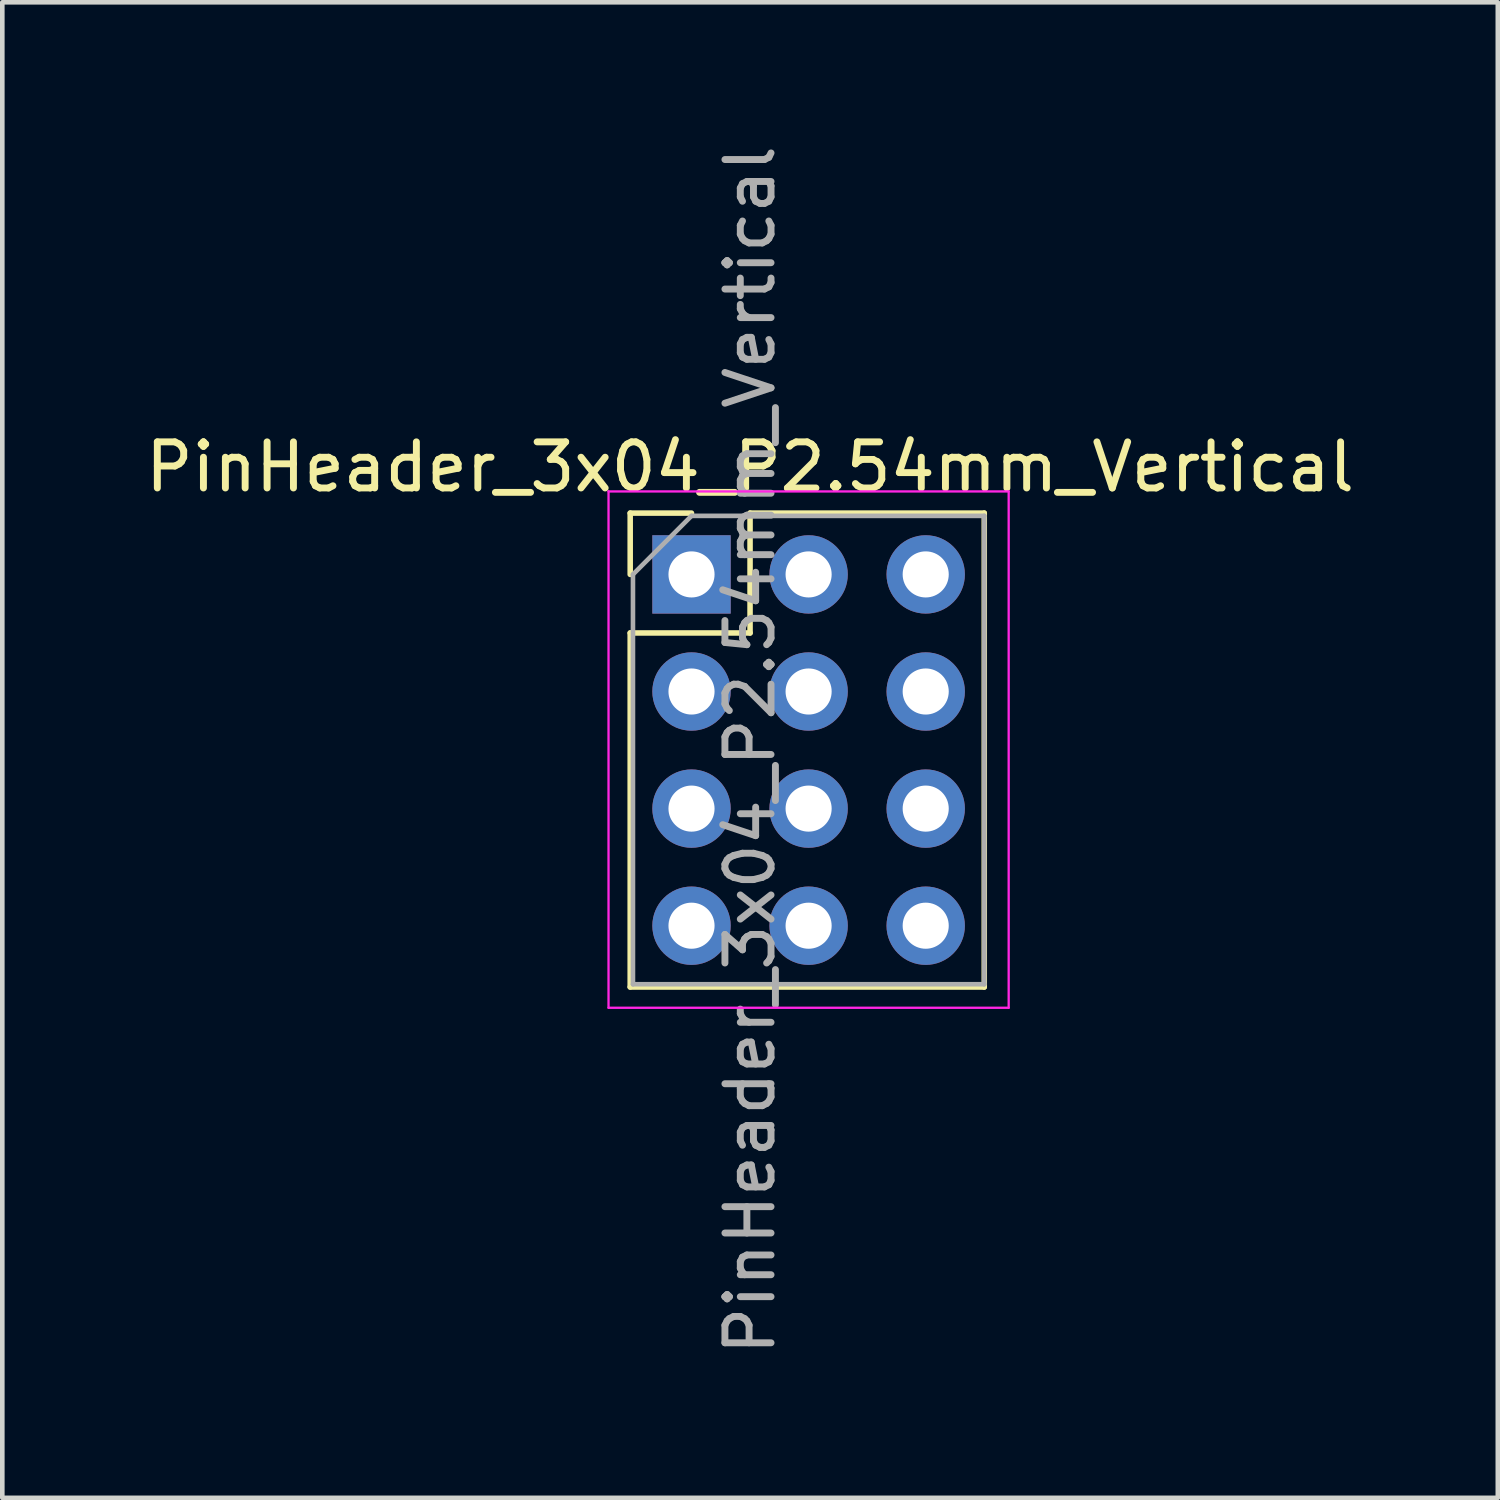
<source format=kicad_pcb>
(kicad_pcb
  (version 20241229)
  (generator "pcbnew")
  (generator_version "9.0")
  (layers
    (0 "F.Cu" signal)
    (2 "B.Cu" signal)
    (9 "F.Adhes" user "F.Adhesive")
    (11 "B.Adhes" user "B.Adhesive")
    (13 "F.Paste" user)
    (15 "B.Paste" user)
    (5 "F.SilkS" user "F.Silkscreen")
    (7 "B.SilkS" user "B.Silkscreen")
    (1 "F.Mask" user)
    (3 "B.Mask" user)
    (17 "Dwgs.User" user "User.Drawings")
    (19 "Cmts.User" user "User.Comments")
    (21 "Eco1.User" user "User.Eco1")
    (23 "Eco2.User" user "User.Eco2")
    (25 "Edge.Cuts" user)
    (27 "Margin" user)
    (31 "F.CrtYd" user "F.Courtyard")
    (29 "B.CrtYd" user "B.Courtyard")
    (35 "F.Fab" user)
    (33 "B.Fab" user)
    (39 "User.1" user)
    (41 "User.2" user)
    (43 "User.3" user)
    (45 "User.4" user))
  (footprint "PinHeader_3x04_P2.54mm_Vertical"
    (layer "F.Cu")
    (at 11.95 9.41)
    (property "Reference" "PinHeader_3x04_P2.54mm_Vertical" (at 1.27 -2.33 0) (layer "F.SilkS") (effects (font (size 1 1) (thickness 0.15))))
    (attr through_hole)
    (fp_line (start -1.33 -1.33) (end 0 -1.33) (stroke (width 0.12) (type solid)) (layer "F.SilkS"))
    (fp_line (start -1.33 0) (end -1.33 -1.33) (stroke (width 0.12) (type solid)) (layer "F.SilkS"))
    (fp_line (start -1.33 1.27) (end -1.33 8.95) (stroke (width 0.12) (type solid)) (layer "F.SilkS"))
    (fp_line (start -1.33 1.27) (end 1.27 1.27) (stroke (width 0.12) (type solid)) (layer "F.SilkS"))
    (fp_line (start -1.33 8.95) (end 6.35 8.95) (stroke (width 0.12) (type solid)) (layer "F.SilkS"))
    (fp_line (start 1.27 -1.33) (end 6.35 -1.33) (stroke (width 0.12) (type solid)) (layer "F.SilkS"))
    (fp_line (start 1.27 1.27) (end 1.27 -1.33) (stroke (width 0.12) (type solid)) (layer "F.SilkS"))
    (fp_line (start 6.35 -1.33) (end 6.35 8.95) (stroke (width 0.12) (type solid)) (layer "F.SilkS"))
    (fp_line (start -1.8 -1.8) (end -1.8 9.4) (stroke (width 0.05) (type solid)) (layer "F.CrtYd"))
    (fp_line (start -1.8 9.4) (end 6.88 9.4) (stroke (width 0.05) (type solid)) (layer "F.CrtYd"))
    (fp_line (start 6.88 -1.8) (end -1.8 -1.8) (stroke (width 0.05) (type solid)) (layer "F.CrtYd"))
    (fp_line (start 6.88 9.4) (end 6.88 -1.8) (stroke (width 0.05) (type solid)) (layer "F.CrtYd"))
    (fp_line (start -1.27 0) (end 0 -1.27) (stroke (width 0.1) (type solid)) (layer "F.Fab"))
    (fp_line (start -1.27 8.89) (end -1.27 0) (stroke (width 0.1) (type solid)) (layer "F.Fab"))
    (fp_line (start 0 -1.27) (end 6.35 -1.27) (stroke (width 0.1) (type solid)) (layer "F.Fab"))
    (fp_line (start 6.35 -1.27) (end 6.35 8.89) (stroke (width 0.1) (type solid)) (layer "F.Fab"))
    (fp_line (start 6.35 8.89) (end -1.27 8.89) (stroke (width 0.1) (type solid)) (layer "F.Fab"))
    (fp_text user "${REFERENCE}" (at 1.27 3.81 90) (layer "F.Fab") (effects (font (size 1 1) (thickness 0.15))))
    (pad "1" thru_hole rect (at 0 0) (size 1.7 1.7) (drill 1) (layers "*.Cu" "*.Mask"))
    (pad "2" thru_hole oval (at 2.54 0) (size 1.7 1.7) (drill 1) (layers "*.Cu" "*.Mask"))
    (pad "3" thru_hole oval (at 5.08 0) (size 1.7 1.7) (drill 1) (layers "*.Cu" "*.Mask"))
    (pad "4" thru_hole oval (at 0 2.54) (size 1.7 1.7) (drill 1) (layers "*.Cu" "*.Mask"))
    (pad "5" thru_hole oval (at 2.54 2.54) (size 1.7 1.7) (drill 1) (layers "*.Cu" "*.Mask"))
    (pad "6" thru_hole oval (at 5.08 2.54) (size 1.7 1.7) (drill 1) (layers "*.Cu" "*.Mask"))
    (pad "7" thru_hole oval (at 0 5.08) (size 1.7 1.7) (drill 1) (layers "*.Cu" "*.Mask"))
    (pad "8" thru_hole oval (at 2.54 5.08) (size 1.7 1.7) (drill 1) (layers "*.Cu" "*.Mask"))
    (pad "9" thru_hole oval (at 5.08 5.08) (size 1.7 1.7) (drill 1) (layers "*.Cu" "*.Mask"))
    (pad "10" thru_hole oval (at 0 7.62) (size 1.7 1.7) (drill 1) (layers "*.Cu" "*.Mask"))
    (pad "11" thru_hole oval (at 2.54 7.62) (size 1.7 1.7) (drill 1) (layers "*.Cu" "*.Mask"))
    (pad "12" thru_hole oval (at 5.08 7.62) (size 1.7 1.7) (drill 1) (layers "*.Cu" "*.Mask")))
  (gr_rect
    (start -3 -3)
    (end 29.44 29.44)
    (stroke (width 0.1) (type default))
    (fill no)
    (layer "Edge.Cuts")))
</source>
